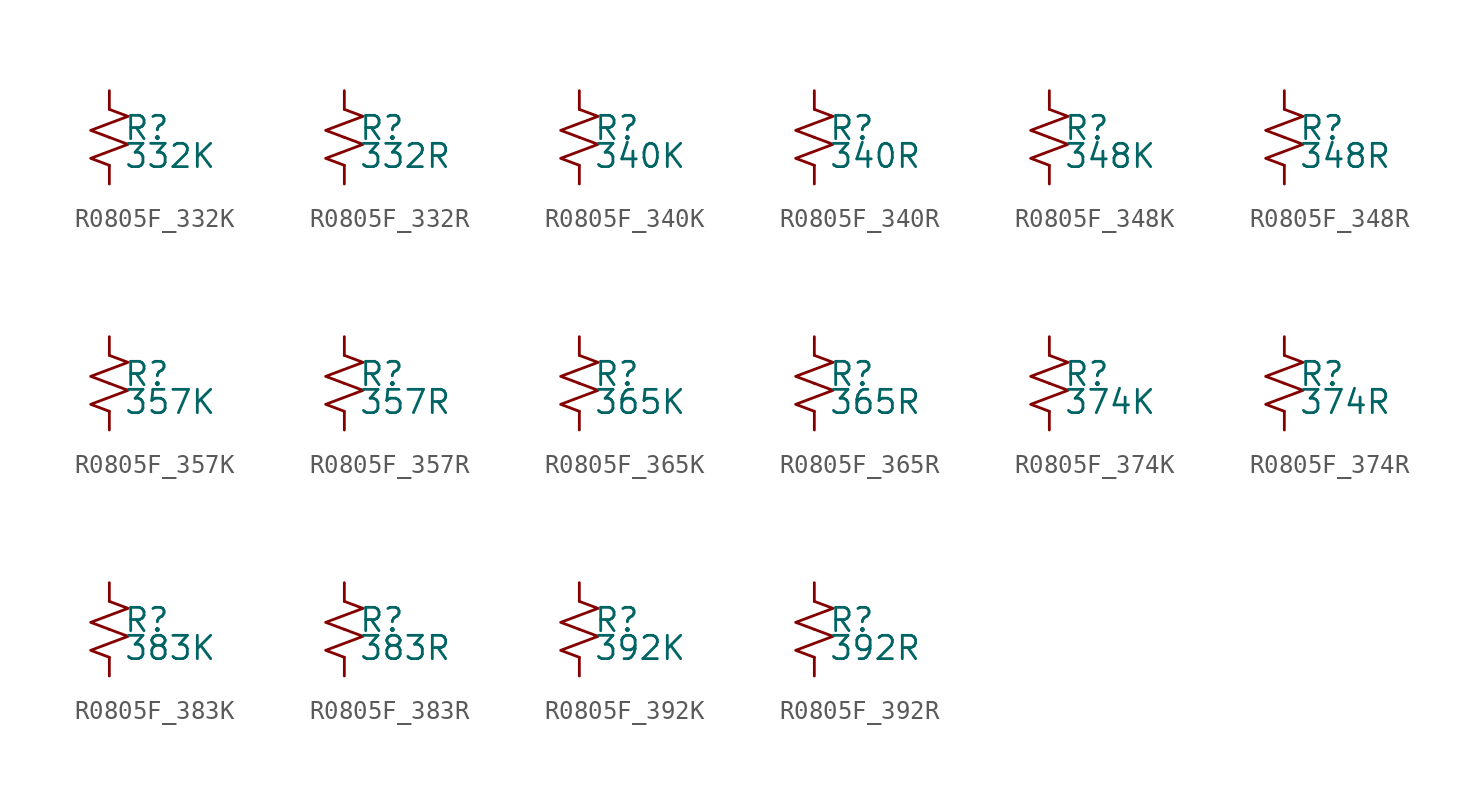
<source format=kicad_sym>
(kicad_symbol_lib
  (version 20220914)
  (generator kicad_symbol_editor)
  (symbol "R0805F_332K"
    (pin_numbers hide)
    (pin_names
      (offset 0.254) hide)
    (property "Reference" "R"
      (at 0.762 0.508 0)
      (effects (font (size 1.27 1.27)) (justify left)))
    (property "Value" "332K"
      (at 0.762 -1.016 0)
      (effects (font (size 1.27 1.27)) (justify left)))
    (symbol "R0805F_332K_1_1"
      (polyline (pts (xy 0 0) (xy 1.016 -0.381) (xy 0 -0.762) (xy -1.016 -1.143) (xy 0 -1.524)) (stroke (width 0) (type default)) (fill (type none)))
      (polyline (pts (xy 0 1.524) (xy 1.016 1.143) (xy 0 0.762) (xy -1.016 0.381) (xy 0 0)) (stroke (width 0) (type default)) (fill (type none)))
      (pin passive line (at 0 2.54 270) (length 1.016) (name "~" (effects (font (size 1.27 1.27)))) (number "1" (effects (font (size 1.27 1.27)))))
      (pin passive line (at 0 -2.54 90) (length 1.016) (name "~" (effects (font (size 1.27 1.27)))) (number "2" (effects (font (size 1.27 1.27)))))))
  (symbol "R0805F_332R"
    (pin_numbers hide)
    (pin_names
      (offset 0.254) hide)
    (property "Reference" "R"
      (at 0.762 0.508 0)
      (effects (font (size 1.27 1.27)) (justify left)))
    (property "Value" "332R"
      (at 0.762 -1.016 0)
      (effects (font (size 1.27 1.27)) (justify left)))
    (symbol "R0805F_332R_1_1"
      (polyline (pts (xy 0 0) (xy 1.016 -0.381) (xy 0 -0.762) (xy -1.016 -1.143) (xy 0 -1.524)) (stroke (width 0) (type default)) (fill (type none)))
      (polyline (pts (xy 0 1.524) (xy 1.016 1.143) (xy 0 0.762) (xy -1.016 0.381) (xy 0 0)) (stroke (width 0) (type default)) (fill (type none)))
      (pin passive line (at 0 2.54 270) (length 1.016) (name "~" (effects (font (size 1.27 1.27)))) (number "1" (effects (font (size 1.27 1.27)))))
      (pin passive line (at 0 -2.54 90) (length 1.016) (name "~" (effects (font (size 1.27 1.27)))) (number "2" (effects (font (size 1.27 1.27)))))))
  (symbol "R0805F_340K"
    (pin_numbers hide)
    (pin_names
      (offset 0.254) hide)
    (property "Reference" "R"
      (at 0.762 0.508 0)
      (effects (font (size 1.27 1.27)) (justify left)))
    (property "Value" "340K"
      (at 0.762 -1.016 0)
      (effects (font (size 1.27 1.27)) (justify left)))
    (symbol "R0805F_340K_1_1"
      (polyline (pts (xy 0 0) (xy 1.016 -0.381) (xy 0 -0.762) (xy -1.016 -1.143) (xy 0 -1.524)) (stroke (width 0) (type default)) (fill (type none)))
      (polyline (pts (xy 0 1.524) (xy 1.016 1.143) (xy 0 0.762) (xy -1.016 0.381) (xy 0 0)) (stroke (width 0) (type default)) (fill (type none)))
      (pin passive line (at 0 2.54 270) (length 1.016) (name "~" (effects (font (size 1.27 1.27)))) (number "1" (effects (font (size 1.27 1.27)))))
      (pin passive line (at 0 -2.54 90) (length 1.016) (name "~" (effects (font (size 1.27 1.27)))) (number "2" (effects (font (size 1.27 1.27)))))))
  (symbol "R0805F_340R"
    (pin_numbers hide)
    (pin_names
      (offset 0.254) hide)
    (property "Reference" "R"
      (at 0.762 0.508 0)
      (effects (font (size 1.27 1.27)) (justify left)))
    (property "Value" "340R"
      (at 0.762 -1.016 0)
      (effects (font (size 1.27 1.27)) (justify left)))
    (symbol "R0805F_340R_1_1"
      (polyline (pts (xy 0 0) (xy 1.016 -0.381) (xy 0 -0.762) (xy -1.016 -1.143) (xy 0 -1.524)) (stroke (width 0) (type default)) (fill (type none)))
      (polyline (pts (xy 0 1.524) (xy 1.016 1.143) (xy 0 0.762) (xy -1.016 0.381) (xy 0 0)) (stroke (width 0) (type default)) (fill (type none)))
      (pin passive line (at 0 2.54 270) (length 1.016) (name "~" (effects (font (size 1.27 1.27)))) (number "1" (effects (font (size 1.27 1.27)))))
      (pin passive line (at 0 -2.54 90) (length 1.016) (name "~" (effects (font (size 1.27 1.27)))) (number "2" (effects (font (size 1.27 1.27)))))))
  (symbol "R0805F_348K"
    (pin_numbers hide)
    (pin_names
      (offset 0.254) hide)
    (property "Reference" "R"
      (at 0.762 0.508 0)
      (effects (font (size 1.27 1.27)) (justify left)))
    (property "Value" "348K"
      (at 0.762 -1.016 0)
      (effects (font (size 1.27 1.27)) (justify left)))
    (symbol "R0805F_348K_1_1"
      (polyline (pts (xy 0 0) (xy 1.016 -0.381) (xy 0 -0.762) (xy -1.016 -1.143) (xy 0 -1.524)) (stroke (width 0) (type default)) (fill (type none)))
      (polyline (pts (xy 0 1.524) (xy 1.016 1.143) (xy 0 0.762) (xy -1.016 0.381) (xy 0 0)) (stroke (width 0) (type default)) (fill (type none)))
      (pin passive line (at 0 2.54 270) (length 1.016) (name "~" (effects (font (size 1.27 1.27)))) (number "1" (effects (font (size 1.27 1.27)))))
      (pin passive line (at 0 -2.54 90) (length 1.016) (name "~" (effects (font (size 1.27 1.27)))) (number "2" (effects (font (size 1.27 1.27)))))))
  (symbol "R0805F_348R"
    (pin_numbers hide)
    (pin_names
      (offset 0.254) hide)
    (property "Reference" "R"
      (at 0.762 0.508 0)
      (effects (font (size 1.27 1.27)) (justify left)))
    (property "Value" "348R"
      (at 0.762 -1.016 0)
      (effects (font (size 1.27 1.27)) (justify left)))
    (symbol "R0805F_348R_1_1"
      (polyline (pts (xy 0 0) (xy 1.016 -0.381) (xy 0 -0.762) (xy -1.016 -1.143) (xy 0 -1.524)) (stroke (width 0) (type default)) (fill (type none)))
      (polyline (pts (xy 0 1.524) (xy 1.016 1.143) (xy 0 0.762) (xy -1.016 0.381) (xy 0 0)) (stroke (width 0) (type default)) (fill (type none)))
      (pin passive line (at 0 2.54 270) (length 1.016) (name "~" (effects (font (size 1.27 1.27)))) (number "1" (effects (font (size 1.27 1.27)))))
      (pin passive line (at 0 -2.54 90) (length 1.016) (name "~" (effects (font (size 1.27 1.27)))) (number "2" (effects (font (size 1.27 1.27)))))))
  (symbol "R0805F_357K"
    (pin_numbers hide)
    (pin_names
      (offset 0.254) hide)
    (property "Reference" "R"
      (at 0.762 0.508 0)
      (effects (font (size 1.27 1.27)) (justify left)))
    (property "Value" "357K"
      (at 0.762 -1.016 0)
      (effects (font (size 1.27 1.27)) (justify left)))
    (symbol "R0805F_357K_1_1"
      (polyline (pts (xy 0 0) (xy 1.016 -0.381) (xy 0 -0.762) (xy -1.016 -1.143) (xy 0 -1.524)) (stroke (width 0) (type default)) (fill (type none)))
      (polyline (pts (xy 0 1.524) (xy 1.016 1.143) (xy 0 0.762) (xy -1.016 0.381) (xy 0 0)) (stroke (width 0) (type default)) (fill (type none)))
      (pin passive line (at 0 2.54 270) (length 1.016) (name "~" (effects (font (size 1.27 1.27)))) (number "1" (effects (font (size 1.27 1.27)))))
      (pin passive line (at 0 -2.54 90) (length 1.016) (name "~" (effects (font (size 1.27 1.27)))) (number "2" (effects (font (size 1.27 1.27)))))))
  (symbol "R0805F_357R"
    (pin_numbers hide)
    (pin_names
      (offset 0.254) hide)
    (property "Reference" "R"
      (at 0.762 0.508 0)
      (effects (font (size 1.27 1.27)) (justify left)))
    (property "Value" "357R"
      (at 0.762 -1.016 0)
      (effects (font (size 1.27 1.27)) (justify left)))
    (symbol "R0805F_357R_1_1"
      (polyline (pts (xy 0 0) (xy 1.016 -0.381) (xy 0 -0.762) (xy -1.016 -1.143) (xy 0 -1.524)) (stroke (width 0) (type default)) (fill (type none)))
      (polyline (pts (xy 0 1.524) (xy 1.016 1.143) (xy 0 0.762) (xy -1.016 0.381) (xy 0 0)) (stroke (width 0) (type default)) (fill (type none)))
      (pin passive line (at 0 2.54 270) (length 1.016) (name "~" (effects (font (size 1.27 1.27)))) (number "1" (effects (font (size 1.27 1.27)))))
      (pin passive line (at 0 -2.54 90) (length 1.016) (name "~" (effects (font (size 1.27 1.27)))) (number "2" (effects (font (size 1.27 1.27)))))))
  (symbol "R0805F_365K"
    (pin_numbers hide)
    (pin_names
      (offset 0.254) hide)
    (property "Reference" "R"
      (at 0.762 0.508 0)
      (effects (font (size 1.27 1.27)) (justify left)))
    (property "Value" "365K"
      (at 0.762 -1.016 0)
      (effects (font (size 1.27 1.27)) (justify left)))
    (symbol "R0805F_365K_1_1"
      (polyline (pts (xy 0 0) (xy 1.016 -0.381) (xy 0 -0.762) (xy -1.016 -1.143) (xy 0 -1.524)) (stroke (width 0) (type default)) (fill (type none)))
      (polyline (pts (xy 0 1.524) (xy 1.016 1.143) (xy 0 0.762) (xy -1.016 0.381) (xy 0 0)) (stroke (width 0) (type default)) (fill (type none)))
      (pin passive line (at 0 2.54 270) (length 1.016) (name "~" (effects (font (size 1.27 1.27)))) (number "1" (effects (font (size 1.27 1.27)))))
      (pin passive line (at 0 -2.54 90) (length 1.016) (name "~" (effects (font (size 1.27 1.27)))) (number "2" (effects (font (size 1.27 1.27)))))))
  (symbol "R0805F_365R"
    (pin_numbers hide)
    (pin_names
      (offset 0.254) hide)
    (property "Reference" "R"
      (at 0.762 0.508 0)
      (effects (font (size 1.27 1.27)) (justify left)))
    (property "Value" "365R"
      (at 0.762 -1.016 0)
      (effects (font (size 1.27 1.27)) (justify left)))
    (symbol "R0805F_365R_1_1"
      (polyline (pts (xy 0 0) (xy 1.016 -0.381) (xy 0 -0.762) (xy -1.016 -1.143) (xy 0 -1.524)) (stroke (width 0) (type default)) (fill (type none)))
      (polyline (pts (xy 0 1.524) (xy 1.016 1.143) (xy 0 0.762) (xy -1.016 0.381) (xy 0 0)) (stroke (width 0) (type default)) (fill (type none)))
      (pin passive line (at 0 2.54 270) (length 1.016) (name "~" (effects (font (size 1.27 1.27)))) (number "1" (effects (font (size 1.27 1.27)))))
      (pin passive line (at 0 -2.54 90) (length 1.016) (name "~" (effects (font (size 1.27 1.27)))) (number "2" (effects (font (size 1.27 1.27)))))))
  (symbol "R0805F_374K"
    (pin_numbers hide)
    (pin_names
      (offset 0.254) hide)
    (property "Reference" "R"
      (at 0.762 0.508 0)
      (effects (font (size 1.27 1.27)) (justify left)))
    (property "Value" "374K"
      (at 0.762 -1.016 0)
      (effects (font (size 1.27 1.27)) (justify left)))
    (symbol "R0805F_374K_1_1"
      (polyline (pts (xy 0 0) (xy 1.016 -0.381) (xy 0 -0.762) (xy -1.016 -1.143) (xy 0 -1.524)) (stroke (width 0) (type default)) (fill (type none)))
      (polyline (pts (xy 0 1.524) (xy 1.016 1.143) (xy 0 0.762) (xy -1.016 0.381) (xy 0 0)) (stroke (width 0) (type default)) (fill (type none)))
      (pin passive line (at 0 2.54 270) (length 1.016) (name "~" (effects (font (size 1.27 1.27)))) (number "1" (effects (font (size 1.27 1.27)))))
      (pin passive line (at 0 -2.54 90) (length 1.016) (name "~" (effects (font (size 1.27 1.27)))) (number "2" (effects (font (size 1.27 1.27)))))))
  (symbol "R0805F_374R"
    (pin_numbers hide)
    (pin_names
      (offset 0.254) hide)
    (property "Reference" "R"
      (at 0.762 0.508 0)
      (effects (font (size 1.27 1.27)) (justify left)))
    (property "Value" "374R"
      (at 0.762 -1.016 0)
      (effects (font (size 1.27 1.27)) (justify left)))
    (symbol "R0805F_374R_1_1"
      (polyline (pts (xy 0 0) (xy 1.016 -0.381) (xy 0 -0.762) (xy -1.016 -1.143) (xy 0 -1.524)) (stroke (width 0) (type default)) (fill (type none)))
      (polyline (pts (xy 0 1.524) (xy 1.016 1.143) (xy 0 0.762) (xy -1.016 0.381) (xy 0 0)) (stroke (width 0) (type default)) (fill (type none)))
      (pin passive line (at 0 2.54 270) (length 1.016) (name "~" (effects (font (size 1.27 1.27)))) (number "1" (effects (font (size 1.27 1.27)))))
      (pin passive line (at 0 -2.54 90) (length 1.016) (name "~" (effects (font (size 1.27 1.27)))) (number "2" (effects (font (size 1.27 1.27)))))))
  (symbol "R0805F_383K"
    (pin_numbers hide)
    (pin_names
      (offset 0.254) hide)
    (property "Reference" "R"
      (at 0.762 0.508 0)
      (effects (font (size 1.27 1.27)) (justify left)))
    (property "Value" "383K"
      (at 0.762 -1.016 0)
      (effects (font (size 1.27 1.27)) (justify left)))
    (symbol "R0805F_383K_1_1"
      (polyline (pts (xy 0 0) (xy 1.016 -0.381) (xy 0 -0.762) (xy -1.016 -1.143) (xy 0 -1.524)) (stroke (width 0) (type default)) (fill (type none)))
      (polyline (pts (xy 0 1.524) (xy 1.016 1.143) (xy 0 0.762) (xy -1.016 0.381) (xy 0 0)) (stroke (width 0) (type default)) (fill (type none)))
      (pin passive line (at 0 2.54 270) (length 1.016) (name "~" (effects (font (size 1.27 1.27)))) (number "1" (effects (font (size 1.27 1.27)))))
      (pin passive line (at 0 -2.54 90) (length 1.016) (name "~" (effects (font (size 1.27 1.27)))) (number "2" (effects (font (size 1.27 1.27)))))))
  (symbol "R0805F_383R"
    (pin_numbers hide)
    (pin_names
      (offset 0.254) hide)
    (property "Reference" "R"
      (at 0.762 0.508 0)
      (effects (font (size 1.27 1.27)) (justify left)))
    (property "Value" "383R"
      (at 0.762 -1.016 0)
      (effects (font (size 1.27 1.27)) (justify left)))
    (symbol "R0805F_383R_1_1"
      (polyline (pts (xy 0 0) (xy 1.016 -0.381) (xy 0 -0.762) (xy -1.016 -1.143) (xy 0 -1.524)) (stroke (width 0) (type default)) (fill (type none)))
      (polyline (pts (xy 0 1.524) (xy 1.016 1.143) (xy 0 0.762) (xy -1.016 0.381) (xy 0 0)) (stroke (width 0) (type default)) (fill (type none)))
      (pin passive line (at 0 2.54 270) (length 1.016) (name "~" (effects (font (size 1.27 1.27)))) (number "1" (effects (font (size 1.27 1.27)))))
      (pin passive line (at 0 -2.54 90) (length 1.016) (name "~" (effects (font (size 1.27 1.27)))) (number "2" (effects (font (size 1.27 1.27)))))))
  (symbol "R0805F_392K"
    (pin_numbers hide)
    (pin_names
      (offset 0.254) hide)
    (property "Reference" "R"
      (at 0.762 0.508 0)
      (effects (font (size 1.27 1.27)) (justify left)))
    (property "Value" "392K"
      (at 0.762 -1.016 0)
      (effects (font (size 1.27 1.27)) (justify left)))
    (symbol "R0805F_392K_1_1"
      (polyline (pts (xy 0 0) (xy 1.016 -0.381) (xy 0 -0.762) (xy -1.016 -1.143) (xy 0 -1.524)) (stroke (width 0) (type default)) (fill (type none)))
      (polyline (pts (xy 0 1.524) (xy 1.016 1.143) (xy 0 0.762) (xy -1.016 0.381) (xy 0 0)) (stroke (width 0) (type default)) (fill (type none)))
      (pin passive line (at 0 2.54 270) (length 1.016) (name "~" (effects (font (size 1.27 1.27)))) (number "1" (effects (font (size 1.27 1.27)))))
      (pin passive line (at 0 -2.54 90) (length 1.016) (name "~" (effects (font (size 1.27 1.27)))) (number "2" (effects (font (size 1.27 1.27)))))))
  (symbol "R0805F_392R"
    (pin_numbers hide)
    (pin_names
      (offset 0.254) hide)
    (property "Reference" "R"
      (at 0.762 0.508 0)
      (effects (font (size 1.27 1.27)) (justify left)))
    (property "Value" "392R"
      (at 0.762 -1.016 0)
      (effects (font (size 1.27 1.27)) (justify left)))
    (symbol "R0805F_392R_1_1"
      (polyline (pts (xy 0 0) (xy 1.016 -0.381) (xy 0 -0.762) (xy -1.016 -1.143) (xy 0 -1.524)) (stroke (width 0) (type default)) (fill (type none)))
      (polyline (pts (xy 0 1.524) (xy 1.016 1.143) (xy 0 0.762) (xy -1.016 0.381) (xy 0 0)) (stroke (width 0) (type default)) (fill (type none)))
      (pin passive line (at 0 2.54 270) (length 1.016) (name "~" (effects (font (size 1.27 1.27)))) (number "1" (effects (font (size 1.27 1.27)))))
      (pin passive line (at 0 -2.54 90) (length 1.016) (name "~" (effects (font (size 1.27 1.27)))) (number "2" (effects (font (size 1.27 1.27))))))))
</source>
